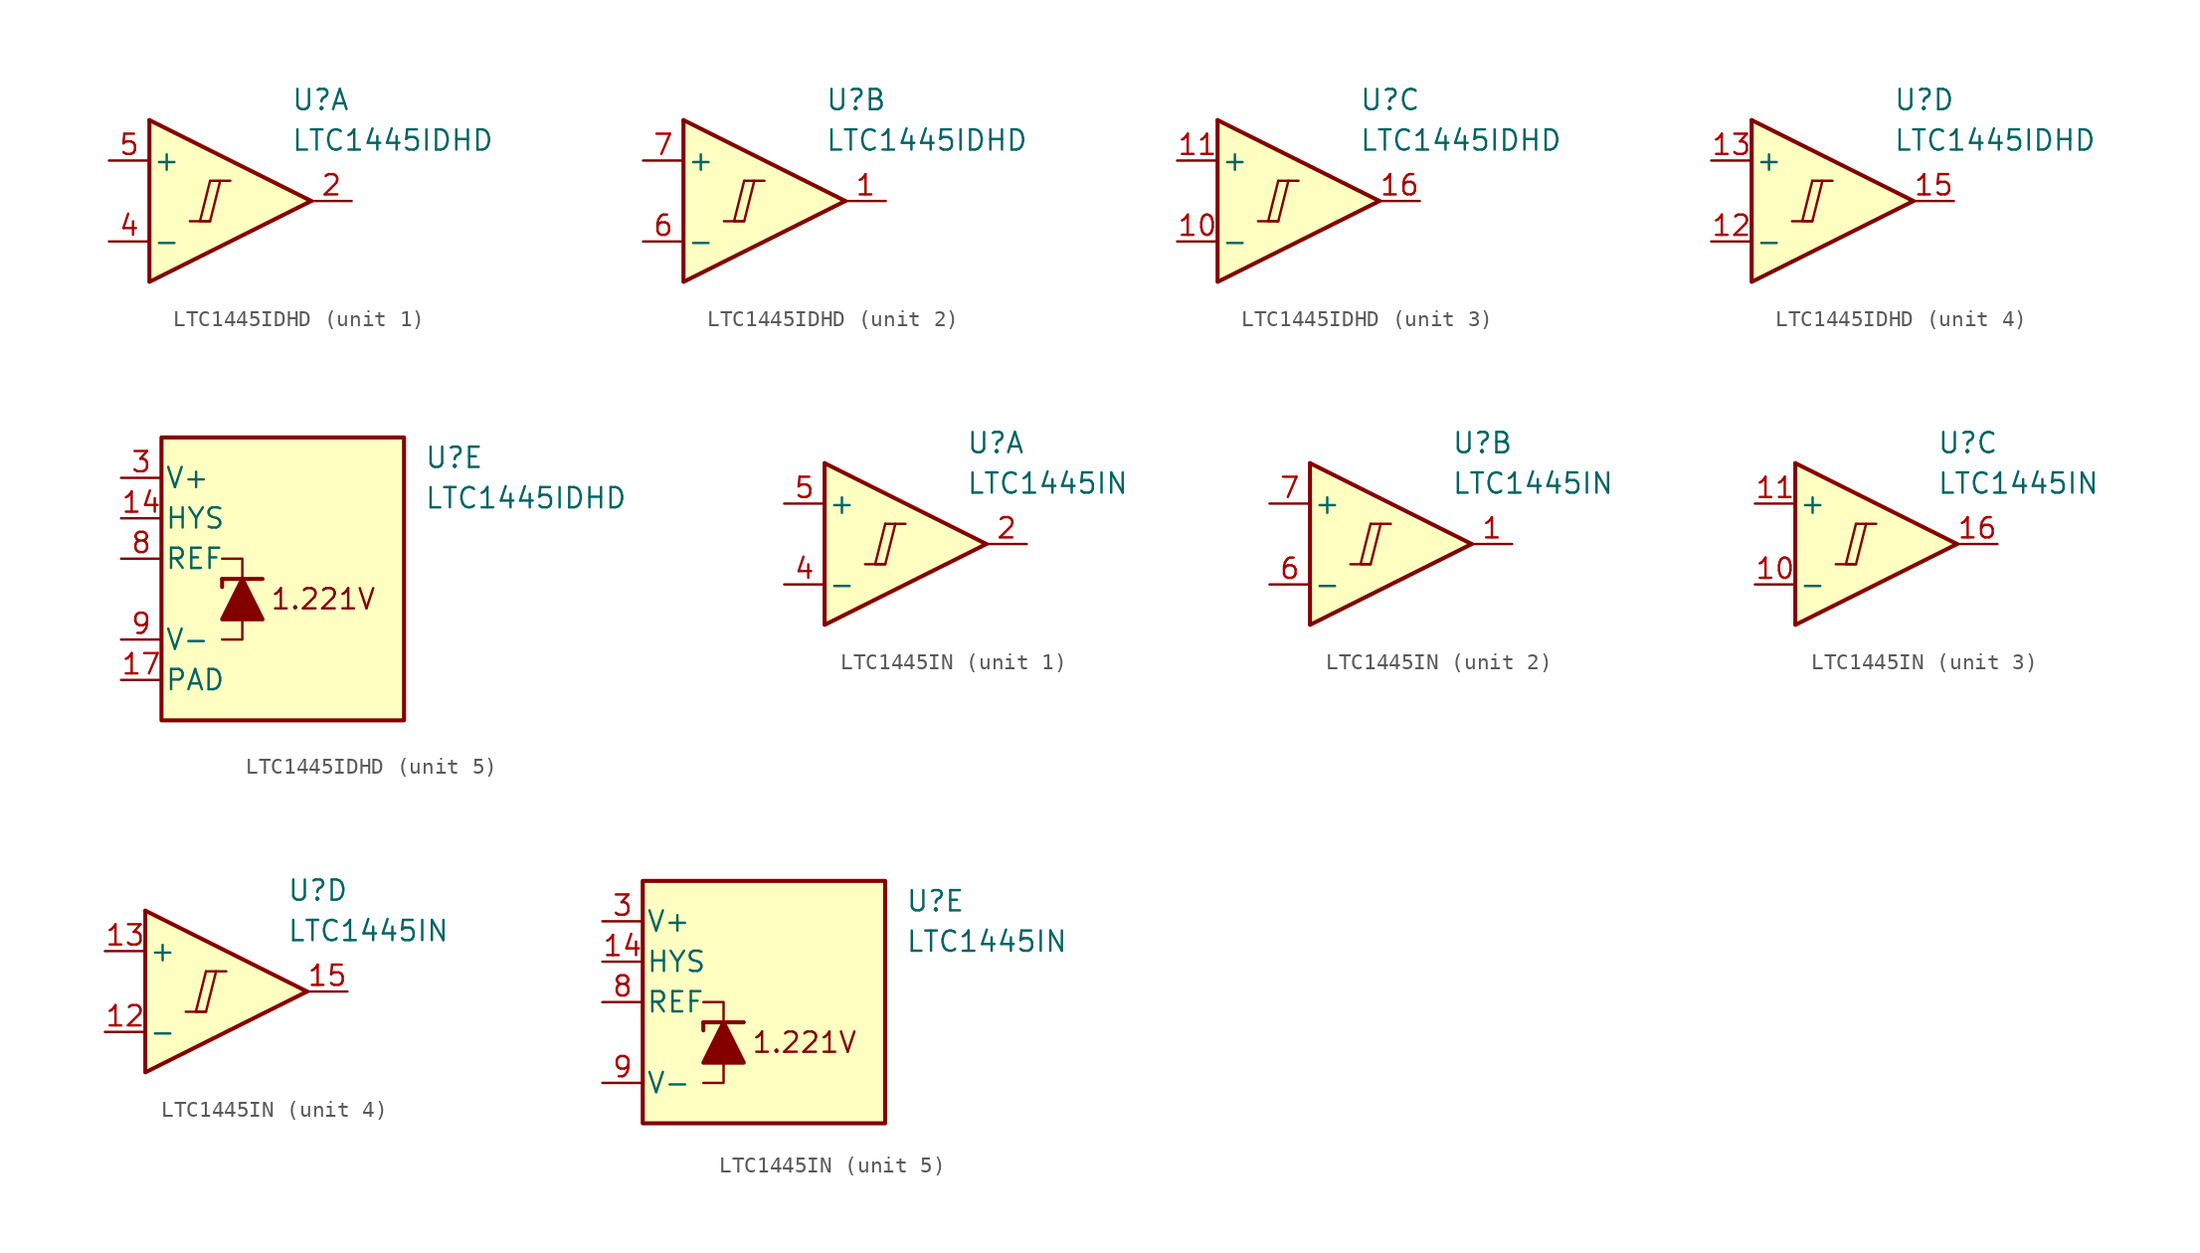
<source format=kicad_sym>
(kicad_symbol_lib
  (version 20211014)
  (generator kicad_symbol_editor)
  (symbol "LTC1445IDHD"
    (pin_names
      (offset 0.2))
    (property "Reference" "U"
      (at 5.08 6.35 0)
      (effects (font (size 1.27 1.27)) (justify left)))
    (property "Value" "LTC1445IDHD"
      (at 5.08 3.81 0)
      (effects (font (size 1.27 1.27)) (justify left)))
    (property "ki_locked" ""
      (at 0 0 0)
      (effects (font (size 1.27 1.27))))
    (symbol "LTC1445IDHD_1_0"
      (polyline (pts (xy -1.27 -1.27) (xy 0 -1.27)) (stroke (width 0.152) (type default) (color 0 0 0 0)) (fill (type none)))
      (polyline (pts (xy 0 1.27) (xy 1.27 1.27)) (stroke (width 0.152) (type default) (color 0 0 0 0)) (fill (type none)))
      (polyline (pts (xy 0 1.27) (xy -0.635 -1.27) (xy 0 -1.27) (xy 0.635 1.27)) (stroke (width 0.152) (type default) (color 0 0 0 0)) (fill (type none))))
    (symbol "LTC1445IDHD_1_1"
      (polyline (pts (xy -3.81 5.08) (xy 6.35 0)) (stroke (width 0.254) (type default) (color 0 0 0 0)) (fill (type none)))
      (polyline (pts (xy -3.81 5.08) (xy -3.81 -5.08) (xy 6.35 0)) (stroke (width 0.254) (type default) (color 0 0 0 0)) (fill (type background)))
      (pin output line (at 8.89 0 180) (length 2.54) (name "~" (effects (font (size 1.27 1.27)))) (number "2" (effects (font (size 1.27 1.27)))))
      (pin input line (at -6.35 -2.54 0) (length 2.54) (name "-" (effects (font (size 1.27 1.27)))) (number "4" (effects (font (size 1.27 1.27)))))
      (pin input line (at -6.35 2.54 0) (length 2.54) (name "+" (effects (font (size 1.27 1.27)))) (number "5" (effects (font (size 1.27 1.27))))))
    (symbol "LTC1445IDHD_2_0"
      (polyline (pts (xy -1.27 -1.27) (xy 0 -1.27)) (stroke (width 0.152) (type default) (color 0 0 0 0)) (fill (type none)))
      (polyline (pts (xy 0 1.27) (xy 1.27 1.27)) (stroke (width 0.152) (type default) (color 0 0 0 0)) (fill (type none)))
      (polyline (pts (xy 0 1.27) (xy -0.635 -1.27) (xy 0 -1.27) (xy 0.635 1.27)) (stroke (width 0.152) (type default) (color 0 0 0 0)) (fill (type none))))
    (symbol "LTC1445IDHD_2_1"
      (polyline (pts (xy -3.81 5.08) (xy 6.35 0)) (stroke (width 0.254) (type default) (color 0 0 0 0)) (fill (type none)))
      (polyline (pts (xy -3.81 5.08) (xy -3.81 -5.08) (xy 6.35 0)) (stroke (width 0.254) (type default) (color 0 0 0 0)) (fill (type background)))
      (pin output line (at 8.89 0 180) (length 2.54) (name "~" (effects (font (size 1.27 1.27)))) (number "1" (effects (font (size 1.27 1.27)))))
      (pin input line (at -6.35 -2.54 0) (length 2.54) (name "-" (effects (font (size 1.27 1.27)))) (number "6" (effects (font (size 1.27 1.27)))))
      (pin input line (at -6.35 2.54 0) (length 2.54) (name "+" (effects (font (size 1.27 1.27)))) (number "7" (effects (font (size 1.27 1.27))))))
    (symbol "LTC1445IDHD_3_0"
      (polyline (pts (xy -1.27 -1.27) (xy 0 -1.27)) (stroke (width 0.152) (type default) (color 0 0 0 0)) (fill (type none)))
      (polyline (pts (xy 0 1.27) (xy 1.27 1.27)) (stroke (width 0.152) (type default) (color 0 0 0 0)) (fill (type none)))
      (polyline (pts (xy 0 1.27) (xy -0.635 -1.27) (xy 0 -1.27) (xy 0.635 1.27)) (stroke (width 0.152) (type default) (color 0 0 0 0)) (fill (type none))))
    (symbol "LTC1445IDHD_3_1"
      (polyline (pts (xy -3.81 5.08) (xy 6.35 0)) (stroke (width 0.254) (type default) (color 0 0 0 0)) (fill (type none)))
      (polyline (pts (xy -3.81 5.08) (xy -3.81 -5.08) (xy 6.35 0)) (stroke (width 0.254) (type default) (color 0 0 0 0)) (fill (type background)))
      (pin input line (at -6.35 -2.54 0) (length 2.54) (name "-" (effects (font (size 1.27 1.27)))) (number "10" (effects (font (size 1.27 1.27)))))
      (pin input line (at -6.35 2.54 0) (length 2.54) (name "+" (effects (font (size 1.27 1.27)))) (number "11" (effects (font (size 1.27 1.27)))))
      (pin output line (at 8.89 0 180) (length 2.54) (name "~" (effects (font (size 1.27 1.27)))) (number "16" (effects (font (size 1.27 1.27))))))
    (symbol "LTC1445IDHD_4_0"
      (polyline (pts (xy -1.27 -1.27) (xy 0 -1.27)) (stroke (width 0.152) (type default) (color 0 0 0 0)) (fill (type none)))
      (polyline (pts (xy 0 1.27) (xy 1.27 1.27)) (stroke (width 0.152) (type default) (color 0 0 0 0)) (fill (type none)))
      (polyline (pts (xy 0 1.27) (xy -0.635 -1.27) (xy 0 -1.27) (xy 0.635 1.27)) (stroke (width 0.152) (type default) (color 0 0 0 0)) (fill (type none))))
    (symbol "LTC1445IDHD_4_1"
      (polyline (pts (xy -3.81 5.08) (xy 6.35 0)) (stroke (width 0.254) (type default) (color 0 0 0 0)) (fill (type none)))
      (polyline (pts (xy -3.81 5.08) (xy -3.81 -5.08) (xy 6.35 0)) (stroke (width 0.254) (type default) (color 0 0 0 0)) (fill (type background)))
      (pin input line (at -6.35 -2.54 0) (length 2.54) (name "-" (effects (font (size 1.27 1.27)))) (number "12" (effects (font (size 1.27 1.27)))))
      (pin input line (at -6.35 2.54 0) (length 2.54) (name "+" (effects (font (size 1.27 1.27)))) (number "13" (effects (font (size 1.27 1.27)))))
      (pin output line (at 8.89 0 180) (length 2.54) (name "~" (effects (font (size 1.27 1.27)))) (number "15" (effects (font (size 1.27 1.27))))))
    (symbol "LTC1445IDHD_5_0"
      (text "1.221V" (at -1.27 -2.54 0) (effects (font (size 1.27 1.27)))))
    (symbol "LTC1445IDHD_5_1"
      (rectangle (start -11.43 7.62) (end 3.81 -10.16) (stroke (width 0.254) (type default) (color 0 0 0 0)) (fill (type background)))
      (polyline (pts (xy -7.62 -1.27) (xy -7.62 -1.778)) (stroke (width 0.254) (type default) (color 0 0 0 0)) (fill (type none)))
      (polyline (pts (xy -7.62 -1.27) (xy -5.08 -1.27)) (stroke (width 0.254) (type default) (color 0 0 0 0)) (fill (type none)))
      (polyline (pts (xy -6.35 -3.81) (xy -6.35 -5.08) (xy -7.62 -5.08)) (stroke (width 0) (type default) (color 0 0 0 0)) (fill (type none)))
      (polyline (pts (xy -6.35 -1.27) (xy -6.35 0) (xy -7.62 0)) (stroke (width 0) (type default) (color 0 0 0 0)) (fill (type none)))
      (polyline (pts (xy -5.08 -3.81) (xy -7.62 -3.81) (xy -6.35 -1.27) (xy -5.08 -3.81)) (stroke (width 0.254) (type default) (color 0 0 0 0)) (fill (type outline)))
      (pin input line (at -13.97 2.54 0) (length 2.54) (name "HYS" (effects (font (size 1.27 1.27)))) (number "14" (effects (font (size 1.27 1.27)))))
      (pin power_in line (at -13.97 -7.62 0) (length 2.54) (name "PAD" (effects (font (size 1.27 1.27)))) (number "17" (effects (font (size 1.27 1.27)))))
      (pin power_in line (at -13.97 5.08 0) (length 2.54) (name "V+" (effects (font (size 1.27 1.27)))) (number "3" (effects (font (size 1.27 1.27)))))
      (pin output line (at -13.97 0 0) (length 2.54) (name "REF" (effects (font (size 1.27 1.27)))) (number "8" (effects (font (size 1.27 1.27)))))
      (pin power_in line (at -13.97 -5.08 0) (length 2.54) (name "V-" (effects (font (size 1.27 1.27)))) (number "9" (effects (font (size 1.27 1.27)))))))
  (symbol "LTC1445IN"
    (pin_names
      (offset 0.2))
    (property "Reference" "U"
      (at 5.08 6.35 0)
      (effects (font (size 1.27 1.27)) (justify left)))
    (property "Value" "LTC1445IN"
      (at 5.08 3.81 0)
      (effects (font (size 1.27 1.27)) (justify left)))
    (property "ki_locked" ""
      (at 0 0 0)
      (effects (font (size 1.27 1.27))))
    (symbol "LTC1445IN_1_0"
      (polyline (pts (xy -1.27 -1.27) (xy 0 -1.27)) (stroke (width 0.152) (type default) (color 0 0 0 0)) (fill (type none)))
      (polyline (pts (xy 0 1.27) (xy 1.27 1.27)) (stroke (width 0.152) (type default) (color 0 0 0 0)) (fill (type none)))
      (polyline (pts (xy 0 1.27) (xy -0.635 -1.27) (xy 0 -1.27) (xy 0.635 1.27)) (stroke (width 0.152) (type default) (color 0 0 0 0)) (fill (type none))))
    (symbol "LTC1445IN_1_1"
      (polyline (pts (xy -3.81 5.08) (xy 6.35 0)) (stroke (width 0.254) (type default) (color 0 0 0 0)) (fill (type none)))
      (polyline (pts (xy -3.81 5.08) (xy -3.81 -5.08) (xy 6.35 0)) (stroke (width 0.254) (type default) (color 0 0 0 0)) (fill (type background)))
      (pin output line (at 8.89 0 180) (length 2.54) (name "~" (effects (font (size 1.27 1.27)))) (number "2" (effects (font (size 1.27 1.27)))))
      (pin input line (at -6.35 -2.54 0) (length 2.54) (name "-" (effects (font (size 1.27 1.27)))) (number "4" (effects (font (size 1.27 1.27)))))
      (pin input line (at -6.35 2.54 0) (length 2.54) (name "+" (effects (font (size 1.27 1.27)))) (number "5" (effects (font (size 1.27 1.27))))))
    (symbol "LTC1445IN_2_0"
      (polyline (pts (xy -1.27 -1.27) (xy 0 -1.27)) (stroke (width 0.152) (type default) (color 0 0 0 0)) (fill (type none)))
      (polyline (pts (xy 0 1.27) (xy 1.27 1.27)) (stroke (width 0.152) (type default) (color 0 0 0 0)) (fill (type none)))
      (polyline (pts (xy 0 1.27) (xy -0.635 -1.27) (xy 0 -1.27) (xy 0.635 1.27)) (stroke (width 0.152) (type default) (color 0 0 0 0)) (fill (type none))))
    (symbol "LTC1445IN_2_1"
      (polyline (pts (xy -3.81 5.08) (xy 6.35 0)) (stroke (width 0.254) (type default) (color 0 0 0 0)) (fill (type none)))
      (polyline (pts (xy -3.81 5.08) (xy -3.81 -5.08) (xy 6.35 0)) (stroke (width 0.254) (type default) (color 0 0 0 0)) (fill (type background)))
      (pin output line (at 8.89 0 180) (length 2.54) (name "~" (effects (font (size 1.27 1.27)))) (number "1" (effects (font (size 1.27 1.27)))))
      (pin input line (at -6.35 -2.54 0) (length 2.54) (name "-" (effects (font (size 1.27 1.27)))) (number "6" (effects (font (size 1.27 1.27)))))
      (pin input line (at -6.35 2.54 0) (length 2.54) (name "+" (effects (font (size 1.27 1.27)))) (number "7" (effects (font (size 1.27 1.27))))))
    (symbol "LTC1445IN_3_0"
      (polyline (pts (xy -1.27 -1.27) (xy 0 -1.27)) (stroke (width 0.152) (type default) (color 0 0 0 0)) (fill (type none)))
      (polyline (pts (xy 0 1.27) (xy 1.27 1.27)) (stroke (width 0.152) (type default) (color 0 0 0 0)) (fill (type none)))
      (polyline (pts (xy 0 1.27) (xy -0.635 -1.27) (xy 0 -1.27) (xy 0.635 1.27)) (stroke (width 0.152) (type default) (color 0 0 0 0)) (fill (type none))))
    (symbol "LTC1445IN_3_1"
      (polyline (pts (xy -3.81 5.08) (xy 6.35 0)) (stroke (width 0.254) (type default) (color 0 0 0 0)) (fill (type none)))
      (polyline (pts (xy -3.81 5.08) (xy -3.81 -5.08) (xy 6.35 0)) (stroke (width 0.254) (type default) (color 0 0 0 0)) (fill (type background)))
      (pin input line (at -6.35 -2.54 0) (length 2.54) (name "-" (effects (font (size 1.27 1.27)))) (number "10" (effects (font (size 1.27 1.27)))))
      (pin input line (at -6.35 2.54 0) (length 2.54) (name "+" (effects (font (size 1.27 1.27)))) (number "11" (effects (font (size 1.27 1.27)))))
      (pin output line (at 8.89 0 180) (length 2.54) (name "~" (effects (font (size 1.27 1.27)))) (number "16" (effects (font (size 1.27 1.27))))))
    (symbol "LTC1445IN_4_0"
      (polyline (pts (xy -1.27 -1.27) (xy 0 -1.27)) (stroke (width 0.152) (type default) (color 0 0 0 0)) (fill (type none)))
      (polyline (pts (xy 0 1.27) (xy 1.27 1.27)) (stroke (width 0.152) (type default) (color 0 0 0 0)) (fill (type none)))
      (polyline (pts (xy 0 1.27) (xy -0.635 -1.27) (xy 0 -1.27) (xy 0.635 1.27)) (stroke (width 0.152) (type default) (color 0 0 0 0)) (fill (type none))))
    (symbol "LTC1445IN_4_1"
      (polyline (pts (xy -3.81 5.08) (xy 6.35 0)) (stroke (width 0.254) (type default) (color 0 0 0 0)) (fill (type none)))
      (polyline (pts (xy -3.81 5.08) (xy -3.81 -5.08) (xy 6.35 0)) (stroke (width 0.254) (type default) (color 0 0 0 0)) (fill (type background)))
      (pin input line (at -6.35 -2.54 0) (length 2.54) (name "-" (effects (font (size 1.27 1.27)))) (number "12" (effects (font (size 1.27 1.27)))))
      (pin input line (at -6.35 2.54 0) (length 2.54) (name "+" (effects (font (size 1.27 1.27)))) (number "13" (effects (font (size 1.27 1.27)))))
      (pin output line (at 8.89 0 180) (length 2.54) (name "~" (effects (font (size 1.27 1.27)))) (number "15" (effects (font (size 1.27 1.27))))))
    (symbol "LTC1445IN_5_0"
      (text "1.221V" (at -1.27 -2.54 0) (effects (font (size 1.27 1.27)))))
    (symbol "LTC1445IN_5_1"
      (rectangle (start -11.43 7.62) (end 3.81 -7.62) (stroke (width 0.254) (type default) (color 0 0 0 0)) (fill (type background)))
      (polyline (pts (xy -7.62 -1.27) (xy -7.62 -1.778)) (stroke (width 0.254) (type default) (color 0 0 0 0)) (fill (type none)))
      (polyline (pts (xy -7.62 -1.27) (xy -5.08 -1.27)) (stroke (width 0.254) (type default) (color 0 0 0 0)) (fill (type none)))
      (polyline (pts (xy -6.35 -3.81) (xy -6.35 -5.08) (xy -7.62 -5.08)) (stroke (width 0) (type default) (color 0 0 0 0)) (fill (type none)))
      (polyline (pts (xy -6.35 -1.27) (xy -6.35 0) (xy -7.62 0)) (stroke (width 0) (type default) (color 0 0 0 0)) (fill (type none)))
      (polyline (pts (xy -5.08 -3.81) (xy -7.62 -3.81) (xy -6.35 -1.27) (xy -5.08 -3.81)) (stroke (width 0.254) (type default) (color 0 0 0 0)) (fill (type outline)))
      (pin input line (at -13.97 2.54 0) (length 2.54) (name "HYS" (effects (font (size 1.27 1.27)))) (number "14" (effects (font (size 1.27 1.27)))))
      (pin power_in line (at -13.97 5.08 0) (length 2.54) (name "V+" (effects (font (size 1.27 1.27)))) (number "3" (effects (font (size 1.27 1.27)))))
      (pin output line (at -13.97 0 0) (length 2.54) (name "REF" (effects (font (size 1.27 1.27)))) (number "8" (effects (font (size 1.27 1.27)))))
      (pin power_in line (at -13.97 -5.08 0) (length 2.54) (name "V-" (effects (font (size 1.27 1.27)))) (number "9" (effects (font (size 1.27 1.27))))))))
</source>
